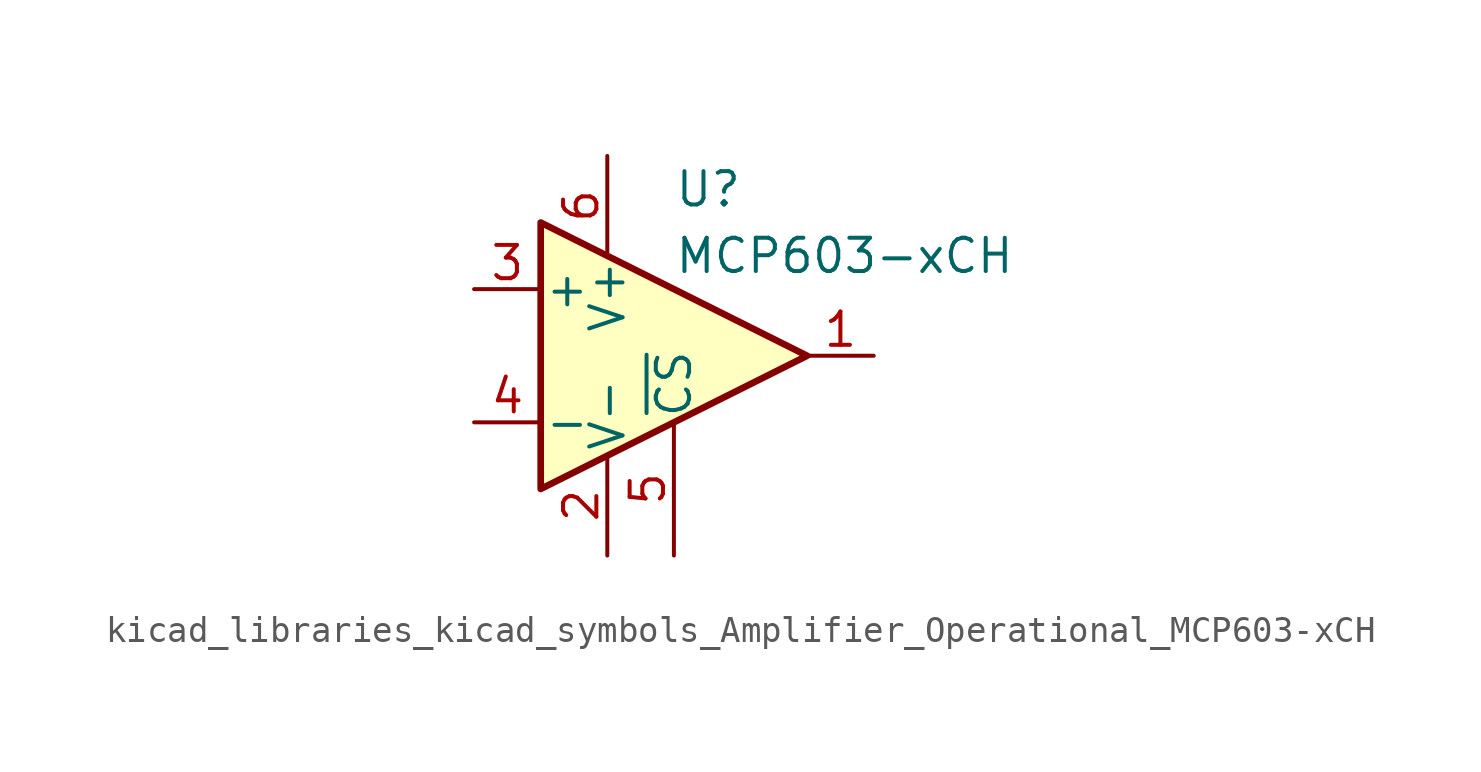
<source format=kicad_sym>
(kicad_symbol_lib
  (version 20220914)
  (generator kicad_symbol_editor)
  (symbol "kicad_libraries_kicad_symbols_Amplifier_Operational_MCP603-xCH"
    (pin_names
      (offset 0.127))
    (property "Reference" "U"
      (at 0 6.35 0)
      (effects (font (size 1.27 1.27)) (justify left)))
    (property "Value" "MCP603-xCH"
      (at 0 3.81 0)
      (effects (font (size 1.27 1.27)) (justify left)))
    (symbol "kicad_libraries_kicad_symbols_Amplifier_Operational_MCP603-xCH_0_1"
      (polyline (pts (xy -5.08 5.08) (xy 5.08 0) (xy -5.08 -5.08) (xy -5.08 5.08)) (stroke (width 0.254) (type default)) (fill (type background))))
    (symbol "kicad_libraries_kicad_symbols_Amplifier_Operational_MCP603-xCH_1_1"
      (pin output line (at 7.62 0 180) (length 2.54) (name "~" (effects (font (size 1.27 1.27)))) (number "1" (effects (font (size 1.27 1.27)))))
      (pin power_in line (at -2.54 -7.62 90) (length 3.81) (name "V-" (effects (font (size 1.27 1.27)))) (number "2" (effects (font (size 1.27 1.27)))))
      (pin input line (at -7.62 2.54 0) (length 2.54) (name "+" (effects (font (size 1.27 1.27)))) (number "3" (effects (font (size 1.27 1.27)))))
      (pin input line (at -7.62 -2.54 0) (length 2.54) (name "-" (effects (font (size 1.27 1.27)))) (number "4" (effects (font (size 1.27 1.27)))))
      (pin input line (at 0 -7.62 90) (length 5.08) (name "~{CS}" (effects (font (size 1.27 1.27)))) (number "5" (effects (font (size 1.27 1.27)))))
      (pin power_in line (at -2.54 7.62 270) (length 3.81) (name "V+" (effects (font (size 1.27 1.27)))) (number "6" (effects (font (size 1.27 1.27))))))))
</source>
